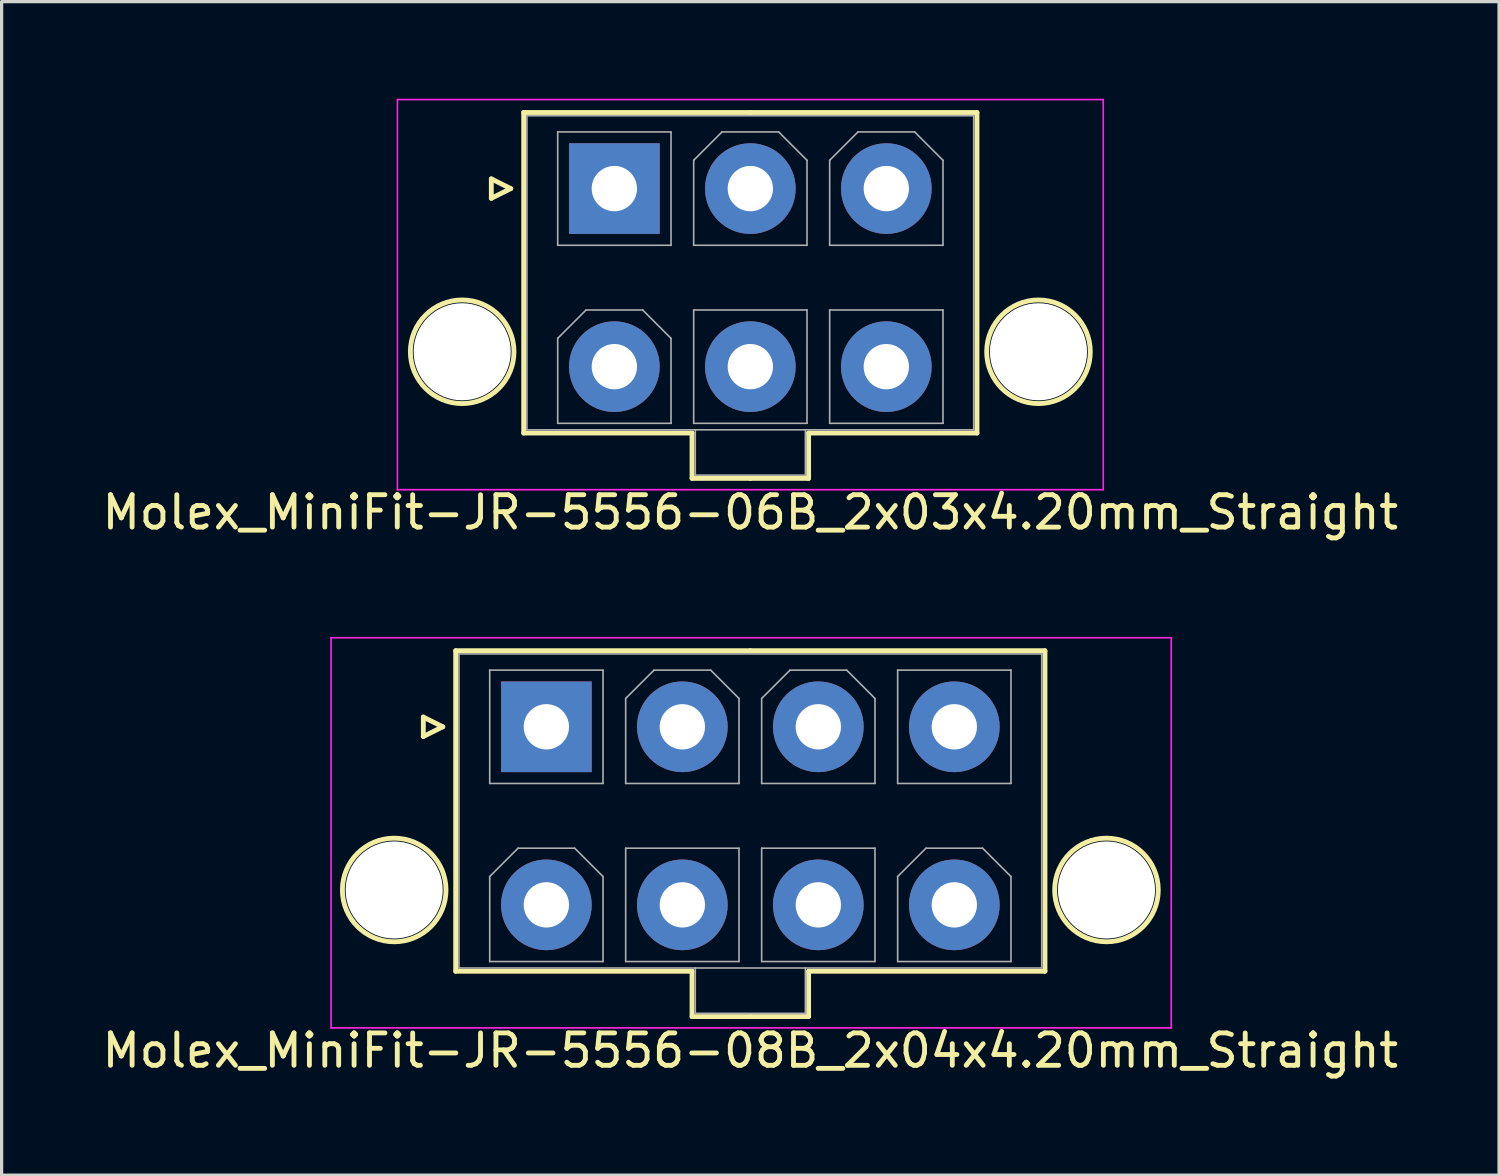
<source format=kicad_pcb>
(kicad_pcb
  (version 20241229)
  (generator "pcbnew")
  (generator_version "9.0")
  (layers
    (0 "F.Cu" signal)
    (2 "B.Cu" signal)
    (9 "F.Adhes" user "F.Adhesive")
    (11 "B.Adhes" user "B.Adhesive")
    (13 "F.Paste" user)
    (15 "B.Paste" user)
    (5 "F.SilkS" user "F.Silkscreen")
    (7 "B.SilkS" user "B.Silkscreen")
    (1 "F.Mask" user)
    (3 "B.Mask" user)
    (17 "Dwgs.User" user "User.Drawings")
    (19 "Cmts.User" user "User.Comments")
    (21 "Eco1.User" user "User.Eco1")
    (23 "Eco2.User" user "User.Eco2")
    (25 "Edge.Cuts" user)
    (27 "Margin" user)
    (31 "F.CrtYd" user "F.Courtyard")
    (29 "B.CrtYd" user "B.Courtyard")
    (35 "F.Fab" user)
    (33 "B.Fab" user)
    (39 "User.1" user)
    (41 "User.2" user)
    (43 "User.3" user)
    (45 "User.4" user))
  (footprint "Molex_MiniFit-JR-5556-08B_2x04x4.20mm_Straight"
    (layer "F.Cu")
    (at 13.825 19.398)
    (property "Reference" "Molex_MiniFit-JR-5556-08B_2x04x4.20mm_Straight" (at 6.3 10 0) (layer "F.SilkS") (effects (font (size 1 1) (thickness 0.15))))
    (attr through_hole)
    (fp_line (start -3.8 -0.3) (end -3.2 0) (stroke (width 0.15) (type solid)) (layer "F.SilkS"))
    (fp_line (start -3.8 0.3) (end -3.8 -0.3) (stroke (width 0.15) (type solid)) (layer "F.SilkS"))
    (fp_line (start -3.2 0) (end -3.8 0.3) (stroke (width 0.15) (type solid)) (layer "F.SilkS"))
    (fp_line (start -2.8 -2.35) (end -2.8 7.55) (stroke (width 0.15) (type solid)) (layer "F.SilkS"))
    (fp_line (start -2.8 7.55) (end 4.5 7.55) (stroke (width 0.15) (type solid)) (layer "F.SilkS"))
    (fp_line (start 4.5 7.55) (end 4.5 8.95) (stroke (width 0.15) (type solid)) (layer "F.SilkS"))
    (fp_line (start 4.5 8.95) (end 6.3 8.95) (stroke (width 0.15) (type solid)) (layer "F.SilkS"))
    (fp_line (start 6.3 -2.35) (end -2.8 -2.35) (stroke (width 0.15) (type solid)) (layer "F.SilkS"))
    (fp_line (start 6.3 -2.35) (end 15.4 -2.35) (stroke (width 0.15) (type solid)) (layer "F.SilkS"))
    (fp_line (start 8.1 7.55) (end 8.1 8.95) (stroke (width 0.15) (type solid)) (layer "F.SilkS"))
    (fp_line (start 8.1 8.95) (end 6.3 8.95) (stroke (width 0.15) (type solid)) (layer "F.SilkS"))
    (fp_line (start 15.4 -2.35) (end 15.4 7.55) (stroke (width 0.15) (type solid)) (layer "F.SilkS"))
    (fp_line (start 15.4 7.55) (end 8.1 7.55) (stroke (width 0.15) (type solid)) (layer "F.SilkS"))
    (fp_circle (center -4.7 5.04) (end -3.1 5.04) (stroke (width 0.15) (type solid)) (fill no) (layer "F.SilkS"))
    (fp_circle (center 17.3 5.04) (end 18.9 5.04) (stroke (width 0.15) (type solid)) (fill no) (layer "F.SilkS"))
    (fp_line (start -6.65 -2.75) (end -6.65 9.3) (stroke (width 0.05) (type solid)) (layer "F.CrtYd"))
    (fp_line (start -6.65 9.3) (end 19.3 9.3) (stroke (width 0.05) (type solid)) (layer "F.CrtYd"))
    (fp_line (start 19.3 -2.75) (end -6.65 -2.75) (stroke (width 0.05) (type solid)) (layer "F.CrtYd"))
    (fp_line (start 19.3 9.3) (end 19.3 -2.75) (stroke (width 0.05) (type solid)) (layer "F.CrtYd"))
    (fp_line (start -2.7 -2.25) (end -2.7 7.45) (stroke (width 0.05) (type solid)) (layer "F.Fab"))
    (fp_line (start -2.7 7.45) (end 15.3 7.45) (stroke (width 0.05) (type solid)) (layer "F.Fab"))
    (fp_line (start -1.75 -1.75) (end -1.75 1.75) (stroke (width 0.05) (type solid)) (layer "F.Fab"))
    (fp_line (start -1.75 1.75) (end 1.75 1.75) (stroke (width 0.05) (type solid)) (layer "F.Fab"))
    (fp_line (start -1.75 4.625) (end -0.875 3.75) (stroke (width 0.05) (type solid)) (layer "F.Fab"))
    (fp_line (start -1.75 7.25) (end -1.75 4.625) (stroke (width 0.05) (type solid)) (layer "F.Fab"))
    (fp_line (start -0.875 3.75) (end 0.875 3.75) (stroke (width 0.05) (type solid)) (layer "F.Fab"))
    (fp_line (start 0.875 3.75) (end 1.75 4.625) (stroke (width 0.05) (type solid)) (layer "F.Fab"))
    (fp_line (start 1.75 -1.75) (end -1.75 -1.75) (stroke (width 0.05) (type solid)) (layer "F.Fab"))
    (fp_line (start 1.75 1.75) (end 1.75 -1.75) (stroke (width 0.05) (type solid)) (layer "F.Fab"))
    (fp_line (start 1.75 4.625) (end 1.75 7.25) (stroke (width 0.05) (type solid)) (layer "F.Fab"))
    (fp_line (start 1.75 7.25) (end -1.75 7.25) (stroke (width 0.05) (type solid)) (layer "F.Fab"))
    (fp_line (start 2.45 -0.875) (end 3.325 -1.75) (stroke (width 0.05) (type solid)) (layer "F.Fab"))
    (fp_line (start 2.45 1.75) (end 2.45 -0.875) (stroke (width 0.05) (type solid)) (layer "F.Fab"))
    (fp_line (start 2.45 3.75) (end 2.45 7.25) (stroke (width 0.05) (type solid)) (layer "F.Fab"))
    (fp_line (start 2.45 7.25) (end 5.95 7.25) (stroke (width 0.05) (type solid)) (layer "F.Fab"))
    (fp_line (start 3.325 -1.75) (end 5.075 -1.75) (stroke (width 0.05) (type solid)) (layer "F.Fab"))
    (fp_line (start 4.6 7.45) (end 4.6 8.85) (stroke (width 0.05) (type solid)) (layer "F.Fab"))
    (fp_line (start 4.6 8.85) (end 8 8.85) (stroke (width 0.05) (type solid)) (layer "F.Fab"))
    (fp_line (start 5.075 -1.75) (end 5.95 -0.875) (stroke (width 0.05) (type solid)) (layer "F.Fab"))
    (fp_line (start 5.95 -0.875) (end 5.95 1.75) (stroke (width 0.05) (type solid)) (layer "F.Fab"))
    (fp_line (start 5.95 1.75) (end 2.45 1.75) (stroke (width 0.05) (type solid)) (layer "F.Fab"))
    (fp_line (start 5.95 3.75) (end 2.45 3.75) (stroke (width 0.05) (type solid)) (layer "F.Fab"))
    (fp_line (start 5.95 7.25) (end 5.95 3.75) (stroke (width 0.05) (type solid)) (layer "F.Fab"))
    (fp_line (start 6.65 -0.875) (end 7.525 -1.75) (stroke (width 0.05) (type solid)) (layer "F.Fab"))
    (fp_line (start 6.65 1.75) (end 6.65 -0.875) (stroke (width 0.05) (type solid)) (layer "F.Fab"))
    (fp_line (start 6.65 3.75) (end 6.65 7.25) (stroke (width 0.05) (type solid)) (layer "F.Fab"))
    (fp_line (start 6.65 7.25) (end 10.15 7.25) (stroke (width 0.05) (type solid)) (layer "F.Fab"))
    (fp_line (start 7.525 -1.75) (end 9.275 -1.75) (stroke (width 0.05) (type solid)) (layer "F.Fab"))
    (fp_line (start 8 8.85) (end 8 7.45) (stroke (width 0.05) (type solid)) (layer "F.Fab"))
    (fp_line (start 9.275 -1.75) (end 10.15 -0.875) (stroke (width 0.05) (type solid)) (layer "F.Fab"))
    (fp_line (start 10.15 -0.875) (end 10.15 1.75) (stroke (width 0.05) (type solid)) (layer "F.Fab"))
    (fp_line (start 10.15 1.75) (end 6.65 1.75) (stroke (width 0.05) (type solid)) (layer "F.Fab"))
    (fp_line (start 10.15 3.75) (end 6.65 3.75) (stroke (width 0.05) (type solid)) (layer "F.Fab"))
    (fp_line (start 10.15 7.25) (end 10.15 3.75) (stroke (width 0.05) (type solid)) (layer "F.Fab"))
    (fp_line (start 10.85 -1.75) (end 10.85 1.75) (stroke (width 0.05) (type solid)) (layer "F.Fab"))
    (fp_line (start 10.85 1.75) (end 14.35 1.75) (stroke (width 0.05) (type solid)) (layer "F.Fab"))
    (fp_line (start 10.85 4.625) (end 11.725 3.75) (stroke (width 0.05) (type solid)) (layer "F.Fab"))
    (fp_line (start 10.85 7.25) (end 10.85 4.625) (stroke (width 0.05) (type solid)) (layer "F.Fab"))
    (fp_line (start 11.725 3.75) (end 13.475 3.75) (stroke (width 0.05) (type solid)) (layer "F.Fab"))
    (fp_line (start 13.475 3.75) (end 14.35 4.625) (stroke (width 0.05) (type solid)) (layer "F.Fab"))
    (fp_line (start 14.35 -1.75) (end 10.85 -1.75) (stroke (width 0.05) (type solid)) (layer "F.Fab"))
    (fp_line (start 14.35 1.75) (end 14.35 -1.75) (stroke (width 0.05) (type solid)) (layer "F.Fab"))
    (fp_line (start 14.35 4.625) (end 14.35 7.25) (stroke (width 0.05) (type solid)) (layer "F.Fab"))
    (fp_line (start 14.35 7.25) (end 10.85 7.25) (stroke (width 0.05) (type solid)) (layer "F.Fab"))
    (fp_line (start 15.3 -2.25) (end -2.7 -2.25) (stroke (width 0.05) (type solid)) (layer "F.Fab"))
    (fp_line (start 15.3 7.45) (end 15.3 -2.25) (stroke (width 0.05) (type solid)) (layer "F.Fab"))
    (pad "" np_thru_hole circle (at -4.7 5.04) (size 3 3) (drill 3) (layers "*.Cu"))
    (pad "" np_thru_hole circle (at 17.3 5.04) (size 3 3) (drill 3) (layers "*.Cu"))
    (pad "1" thru_hole rect (at 0 0) (size 2.8 2.8) (drill 1.4) (layers "*.Cu" "*.Mask"))
    (pad "2" thru_hole circle (at 4.2 0) (size 2.8 2.8) (drill 1.4) (layers "*.Cu" "*.Mask"))
    (pad "3" thru_hole circle (at 8.4 0) (size 2.8 2.8) (drill 1.4) (layers "*.Cu" "*.Mask"))
    (pad "4" thru_hole circle (at 12.6 0) (size 2.8 2.8) (drill 1.4) (layers "*.Cu" "*.Mask"))
    (pad "5" thru_hole circle (at 0 5.5) (size 2.8 2.8) (drill 1.4) (layers "*.Cu" "*.Mask"))
    (pad "6" thru_hole circle (at 4.2 5.5) (size 2.8 2.8) (drill 1.4) (layers "*.Cu" "*.Mask"))
    (pad "7" thru_hole circle (at 8.4 5.5) (size 2.8 2.8) (drill 1.4) (layers "*.Cu" "*.Mask"))
    (pad "8" thru_hole circle (at 12.6 5.5) (size 2.8 2.8) (drill 1.4) (layers "*.Cu" "*.Mask")))
  (footprint "Molex_MiniFit-JR-5556-06B_2x03x4.20mm_Straight"
    (layer "F.Cu")
    (at 15.925 2.775)
    (property "Reference" "Molex_MiniFit-JR-5556-06B_2x03x4.20mm_Straight" (at 4.2 10 0) (layer "F.SilkS") (effects (font (size 1 1) (thickness 0.15))))
    (attr through_hole)
    (fp_line (start -3.8 -0.3) (end -3.2 0) (stroke (width 0.15) (type solid)) (layer "F.SilkS"))
    (fp_line (start -3.8 0.3) (end -3.8 -0.3) (stroke (width 0.15) (type solid)) (layer "F.SilkS"))
    (fp_line (start -3.2 0) (end -3.8 0.3) (stroke (width 0.15) (type solid)) (layer "F.SilkS"))
    (fp_line (start -2.8 -2.35) (end -2.8 7.55) (stroke (width 0.15) (type solid)) (layer "F.SilkS"))
    (fp_line (start -2.8 7.55) (end 2.4 7.55) (stroke (width 0.15) (type solid)) (layer "F.SilkS"))
    (fp_line (start 2.4 7.55) (end 2.4 8.95) (stroke (width 0.15) (type solid)) (layer "F.SilkS"))
    (fp_line (start 2.4 8.95) (end 4.2 8.95) (stroke (width 0.15) (type solid)) (layer "F.SilkS"))
    (fp_line (start 4.2 -2.35) (end -2.8 -2.35) (stroke (width 0.15) (type solid)) (layer "F.SilkS"))
    (fp_line (start 4.2 -2.35) (end 11.2 -2.35) (stroke (width 0.15) (type solid)) (layer "F.SilkS"))
    (fp_line (start 6 7.55) (end 6 8.95) (stroke (width 0.15) (type solid)) (layer "F.SilkS"))
    (fp_line (start 6 8.95) (end 4.2 8.95) (stroke (width 0.15) (type solid)) (layer "F.SilkS"))
    (fp_line (start 11.2 -2.35) (end 11.2 7.55) (stroke (width 0.15) (type solid)) (layer "F.SilkS"))
    (fp_line (start 11.2 7.55) (end 6 7.55) (stroke (width 0.15) (type solid)) (layer "F.SilkS"))
    (fp_circle (center -4.7 5.04) (end -3.1 5.04) (stroke (width 0.15) (type solid)) (fill no) (layer "F.SilkS"))
    (fp_circle (center 13.1 5.04) (end 14.7 5.04) (stroke (width 0.15) (type solid)) (fill no) (layer "F.SilkS"))
    (fp_line (start -6.7 -2.75) (end -6.7 9.3) (stroke (width 0.05) (type solid)) (layer "F.CrtYd"))
    (fp_line (start -6.7 9.3) (end 15.1 9.3) (stroke (width 0.05) (type solid)) (layer "F.CrtYd"))
    (fp_line (start 15.1 -2.75) (end -6.7 -2.75) (stroke (width 0.05) (type solid)) (layer "F.CrtYd"))
    (fp_line (start 15.1 9.3) (end 15.1 -2.75) (stroke (width 0.05) (type solid)) (layer "F.CrtYd"))
    (fp_line (start -2.7 -2.25) (end -2.7 7.45) (stroke (width 0.05) (type solid)) (layer "F.Fab"))
    (fp_line (start -2.7 7.45) (end 11.1 7.45) (stroke (width 0.05) (type solid)) (layer "F.Fab"))
    (fp_line (start -1.75 -1.75) (end -1.75 1.75) (stroke (width 0.05) (type solid)) (layer "F.Fab"))
    (fp_line (start -1.75 1.75) (end 1.75 1.75) (stroke (width 0.05) (type solid)) (layer "F.Fab"))
    (fp_line (start -1.75 4.625) (end -0.875 3.75) (stroke (width 0.05) (type solid)) (layer "F.Fab"))
    (fp_line (start -1.75 7.25) (end -1.75 4.625) (stroke (width 0.05) (type solid)) (layer "F.Fab"))
    (fp_line (start -0.875 3.75) (end 0.875 3.75) (stroke (width 0.05) (type solid)) (layer "F.Fab"))
    (fp_line (start 0.875 3.75) (end 1.75 4.625) (stroke (width 0.05) (type solid)) (layer "F.Fab"))
    (fp_line (start 1.75 -1.75) (end -1.75 -1.75) (stroke (width 0.05) (type solid)) (layer "F.Fab"))
    (fp_line (start 1.75 1.75) (end 1.75 -1.75) (stroke (width 0.05) (type solid)) (layer "F.Fab"))
    (fp_line (start 1.75 4.625) (end 1.75 7.25) (stroke (width 0.05) (type solid)) (layer "F.Fab"))
    (fp_line (start 1.75 7.25) (end -1.75 7.25) (stroke (width 0.05) (type solid)) (layer "F.Fab"))
    (fp_line (start 2.45 -0.875) (end 3.325 -1.75) (stroke (width 0.05) (type solid)) (layer "F.Fab"))
    (fp_line (start 2.45 1.75) (end 2.45 -0.875) (stroke (width 0.05) (type solid)) (layer "F.Fab"))
    (fp_line (start 2.45 3.75) (end 2.45 7.25) (stroke (width 0.05) (type solid)) (layer "F.Fab"))
    (fp_line (start 2.45 7.25) (end 5.95 7.25) (stroke (width 0.05) (type solid)) (layer "F.Fab"))
    (fp_line (start 2.5 7.45) (end 2.5 8.85) (stroke (width 0.05) (type solid)) (layer "F.Fab"))
    (fp_line (start 2.5 8.85) (end 5.9 8.85) (stroke (width 0.05) (type solid)) (layer "F.Fab"))
    (fp_line (start 3.325 -1.75) (end 5.075 -1.75) (stroke (width 0.05) (type solid)) (layer "F.Fab"))
    (fp_line (start 5.075 -1.75) (end 5.95 -0.875) (stroke (width 0.05) (type solid)) (layer "F.Fab"))
    (fp_line (start 5.9 8.85) (end 5.9 7.45) (stroke (width 0.05) (type solid)) (layer "F.Fab"))
    (fp_line (start 5.95 -0.875) (end 5.95 1.75) (stroke (width 0.05) (type solid)) (layer "F.Fab"))
    (fp_line (start 5.95 1.75) (end 2.45 1.75) (stroke (width 0.05) (type solid)) (layer "F.Fab"))
    (fp_line (start 5.95 3.75) (end 2.45 3.75) (stroke (width 0.05) (type solid)) (layer "F.Fab"))
    (fp_line (start 5.95 7.25) (end 5.95 3.75) (stroke (width 0.05) (type solid)) (layer "F.Fab"))
    (fp_line (start 6.65 -0.875) (end 7.525 -1.75) (stroke (width 0.05) (type solid)) (layer "F.Fab"))
    (fp_line (start 6.65 1.75) (end 6.65 -0.875) (stroke (width 0.05) (type solid)) (layer "F.Fab"))
    (fp_line (start 6.65 3.75) (end 6.65 7.25) (stroke (width 0.05) (type solid)) (layer "F.Fab"))
    (fp_line (start 6.65 7.25) (end 10.15 7.25) (stroke (width 0.05) (type solid)) (layer "F.Fab"))
    (fp_line (start 7.525 -1.75) (end 9.275 -1.75) (stroke (width 0.05) (type solid)) (layer "F.Fab"))
    (fp_line (start 9.275 -1.75) (end 10.15 -0.875) (stroke (width 0.05) (type solid)) (layer "F.Fab"))
    (fp_line (start 10.15 -0.875) (end 10.15 1.75) (stroke (width 0.05) (type solid)) (layer "F.Fab"))
    (fp_line (start 10.15 1.75) (end 6.65 1.75) (stroke (width 0.05) (type solid)) (layer "F.Fab"))
    (fp_line (start 10.15 3.75) (end 6.65 3.75) (stroke (width 0.05) (type solid)) (layer "F.Fab"))
    (fp_line (start 10.15 7.25) (end 10.15 3.75) (stroke (width 0.05) (type solid)) (layer "F.Fab"))
    (fp_line (start 11.1 -2.25) (end -2.7 -2.25) (stroke (width 0.05) (type solid)) (layer "F.Fab"))
    (fp_line (start 11.1 7.45) (end 11.1 -2.25) (stroke (width 0.05) (type solid)) (layer "F.Fab"))
    (pad "" np_thru_hole circle (at -4.7 5.04) (size 3 3) (drill 3) (layers "*.Cu"))
    (pad "" np_thru_hole circle (at 13.1 5.04) (size 3 3) (drill 3) (layers "*.Cu"))
    (pad "1" thru_hole rect (at 0 0) (size 2.8 2.8) (drill 1.4) (layers "*.Cu" "*.Mask"))
    (pad "2" thru_hole circle (at 4.2 0) (size 2.8 2.8) (drill 1.4) (layers "*.Cu" "*.Mask"))
    (pad "3" thru_hole circle (at 8.4 0) (size 2.8 2.8) (drill 1.4) (layers "*.Cu" "*.Mask"))
    (pad "4" thru_hole circle (at 0 5.5) (size 2.8 2.8) (drill 1.4) (layers "*.Cu" "*.Mask"))
    (pad "5" thru_hole circle (at 4.2 5.5) (size 2.8 2.8) (drill 1.4) (layers "*.Cu" "*.Mask"))
    (pad "6" thru_hole circle (at 8.4 5.5) (size 2.8 2.8) (drill 1.4) (layers "*.Cu" "*.Mask")))
  (gr_rect
    (start -3 -3)
    (end 43.25 33.246)
    (stroke (width 0.1) (type default))
    (fill no)
    (layer "Edge.Cuts")))
</source>
